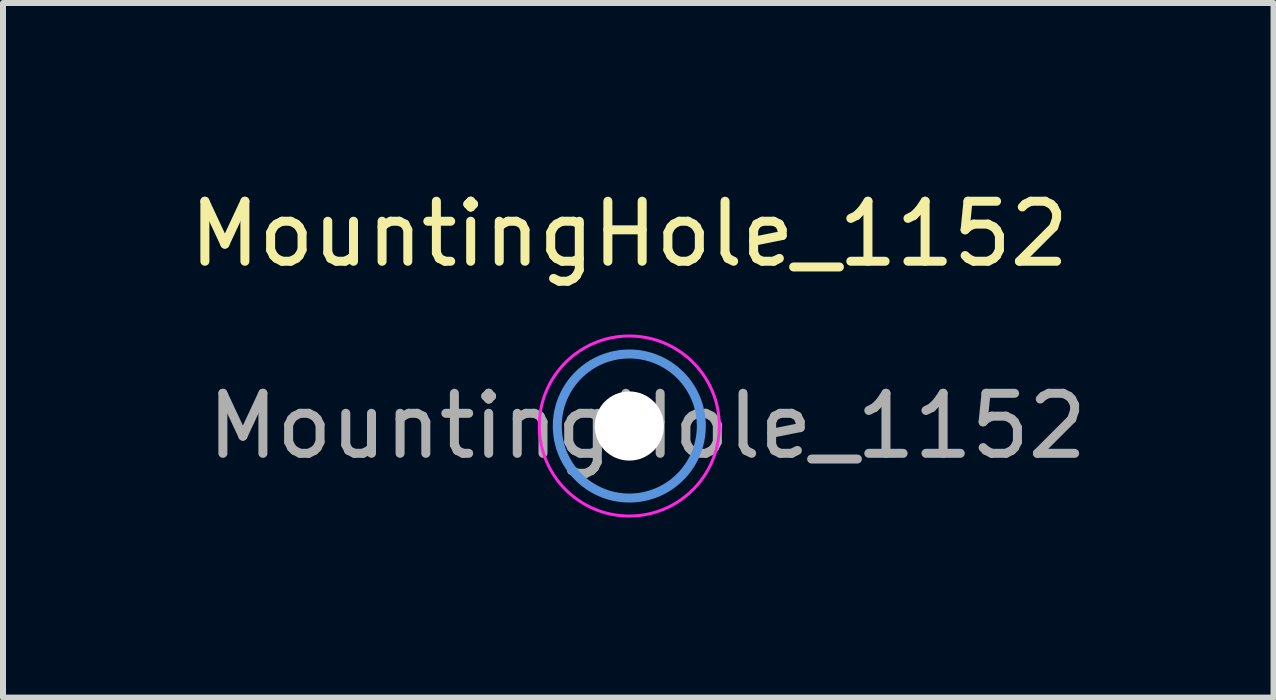
<source format=kicad_pcb>
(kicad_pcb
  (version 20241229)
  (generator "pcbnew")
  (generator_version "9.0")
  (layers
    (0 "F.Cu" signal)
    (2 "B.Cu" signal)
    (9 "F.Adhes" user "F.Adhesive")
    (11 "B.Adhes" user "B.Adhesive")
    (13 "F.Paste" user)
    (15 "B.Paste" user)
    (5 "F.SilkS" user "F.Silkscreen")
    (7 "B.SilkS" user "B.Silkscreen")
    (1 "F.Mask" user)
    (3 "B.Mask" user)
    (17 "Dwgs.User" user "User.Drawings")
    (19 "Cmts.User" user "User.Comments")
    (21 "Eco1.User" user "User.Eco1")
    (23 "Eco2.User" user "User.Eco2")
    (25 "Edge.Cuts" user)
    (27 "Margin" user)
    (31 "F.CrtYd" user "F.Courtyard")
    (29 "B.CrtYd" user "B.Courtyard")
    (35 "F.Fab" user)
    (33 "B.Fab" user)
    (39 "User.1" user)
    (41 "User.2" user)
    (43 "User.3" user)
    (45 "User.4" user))
  (footprint "MountingHole_1152"
    (layer "F.Cu")
    (at 7.435 4.048)
    (property "Reference" "MountingHole_1152" (at 0 -3.2 0) (layer "F.SilkS") (effects (font (size 1 1) (thickness 0.15))))
    (attr exclude_from_pos_files exclude_from_bom)
    (fp_circle (center 0 0) (end 1.2 0) (stroke (width 0.15) (type solid)) (fill no) (layer "Cmts.User"))
    (fp_circle (center 0 0) (end 1.5 0) (stroke (width 0.05) (type solid)) (fill no) (layer "F.CrtYd"))
    (fp_text user "${REFERENCE}" (at 0.3 0 0) (layer "F.Fab") (effects (font (size 1 1) (thickness 0.15))))
    (pad "" np_thru_hole circle (at 0 0) (size 1.152 1.152) (drill 1.152) (layers "*.Cu" "*.Mask")))
  (gr_rect
    (start -3 -3)
    (end 18.169 8.573)
    (stroke (width 0.1) (type default))
    (fill no)
    (layer "Edge.Cuts")))
</source>
